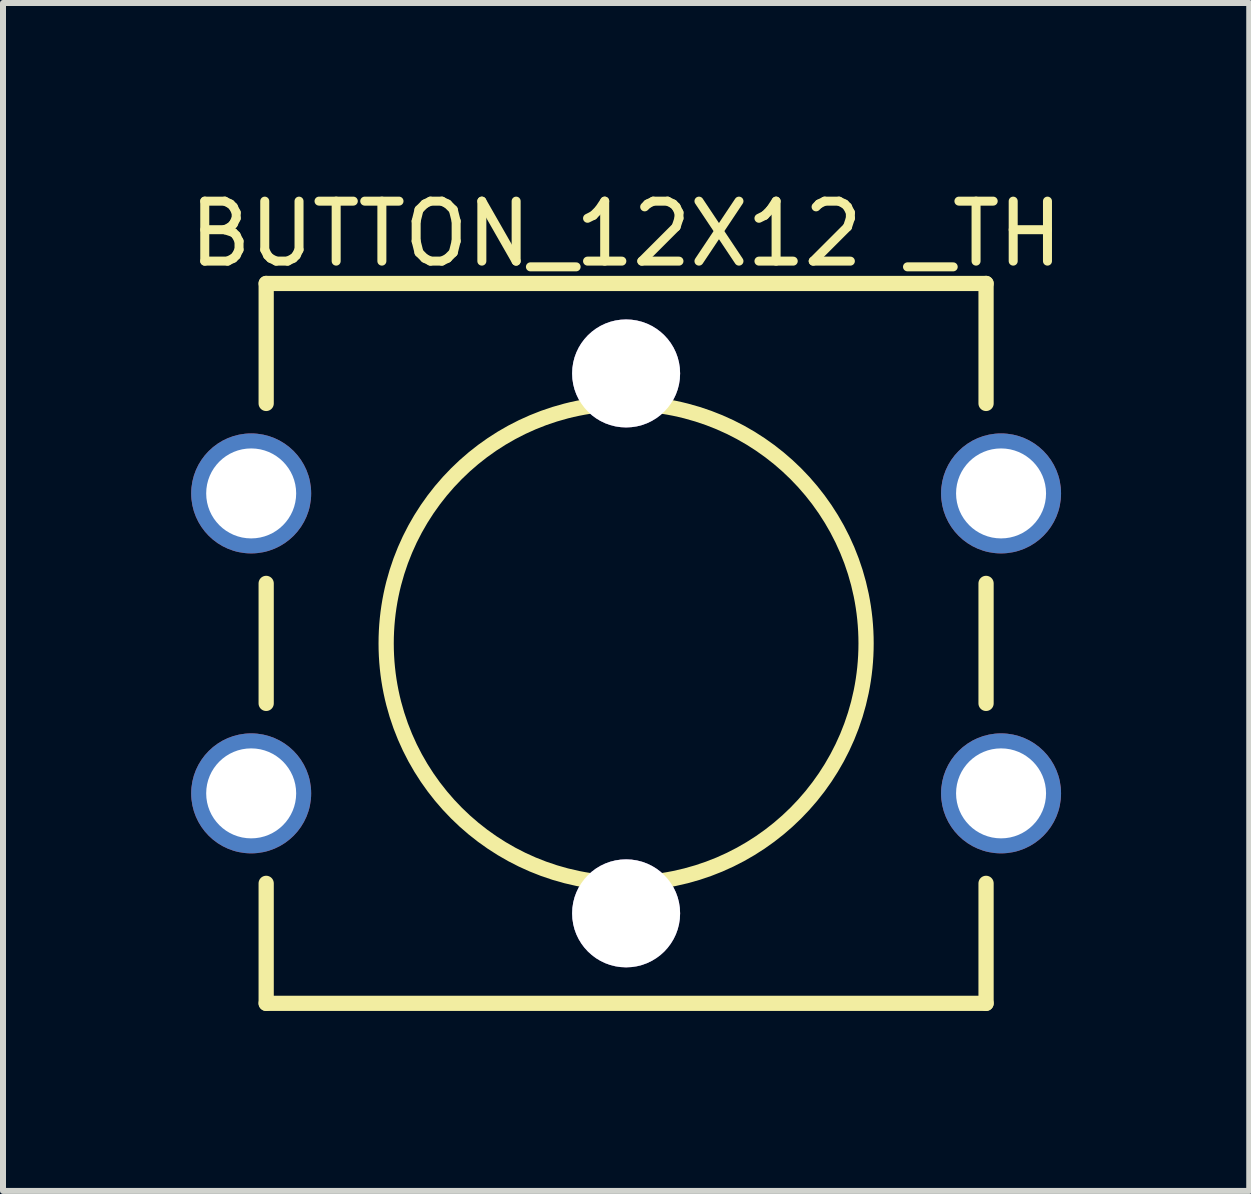
<source format=kicad_pcb>
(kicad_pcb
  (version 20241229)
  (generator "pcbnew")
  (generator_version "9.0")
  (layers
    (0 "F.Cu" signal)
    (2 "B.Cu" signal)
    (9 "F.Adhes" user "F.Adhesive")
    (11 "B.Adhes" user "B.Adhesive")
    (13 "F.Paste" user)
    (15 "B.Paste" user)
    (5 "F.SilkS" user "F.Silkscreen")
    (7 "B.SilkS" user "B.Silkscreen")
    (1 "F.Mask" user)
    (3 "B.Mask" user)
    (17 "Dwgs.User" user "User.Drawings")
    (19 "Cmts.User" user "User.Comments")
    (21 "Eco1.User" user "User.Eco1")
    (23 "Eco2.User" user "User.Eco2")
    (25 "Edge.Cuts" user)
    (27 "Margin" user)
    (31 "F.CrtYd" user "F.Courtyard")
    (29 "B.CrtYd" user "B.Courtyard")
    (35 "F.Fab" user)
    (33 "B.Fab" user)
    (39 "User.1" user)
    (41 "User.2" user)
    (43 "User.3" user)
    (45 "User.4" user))
  (footprint "BUTTON_12X12 _TH"
    (layer "F.Cu")
    (at 7.387 7.675)
    (property "Reference" "BUTTON_12X12 _TH" (at 0 -6.827 0) (layer "F.SilkS") (effects (font (size 1 1) (thickness 0.15))))
    (fp_line (start -6 -6) (end 6 -6) (stroke (width 0.254) (type solid)) (layer "F.SilkS"))
    (fp_line (start -6 -4) (end -6 -6) (stroke (width 0.254) (type solid)) (layer "F.SilkS"))
    (fp_line (start -6 1) (end -6 -1) (stroke (width 0.254) (type solid)) (layer "F.SilkS"))
    (fp_line (start -6 6) (end -6 4) (stroke (width 0.254) (type solid)) (layer "F.SilkS"))
    (fp_line (start -6 6) (end 6 6) (stroke (width 0.254) (type solid)) (layer "F.SilkS"))
    (fp_line (start 6 -4) (end 6 -6) (stroke (width 0.254) (type solid)) (layer "F.SilkS"))
    (fp_line (start 6 1) (end 6 -1) (stroke (width 0.254) (type solid)) (layer "F.SilkS"))
    (fp_line (start 6 6) (end 6 4) (stroke (width 0.254) (type solid)) (layer "F.SilkS"))
    (fp_circle (center 0 0) (end 0 -4) (stroke (width 0.254) (type solid)) (fill no) (layer "F.SilkS"))
    (pad "0" thru_hole circle (at 0 -4.5) (size 1.8 1.8) (drill 1.8) (layers "*.Cu" "*.Mask"))
    (pad "0" thru_hole circle (at 0 4.5) (size 1.8 1.8) (drill 1.8) (layers "*.Cu" "*.Mask"))
    (pad "1" thru_hole circle (at -6.25 -2.5) (size 2 2) (drill 1.5) (layers "*.Cu" "*.Mask"))
    (pad "1" thru_hole circle (at 6.25 -2.5) (size 2 2) (drill 1.5) (layers "*.Cu" "*.Mask"))
    (pad "2" thru_hole circle (at -6.25 2.5) (size 2 2) (drill 1.5) (layers "*.Cu" "*.Mask"))
    (pad "2" thru_hole circle (at 6.25 2.5) (size 2 2) (drill 1.5) (layers "*.Cu" "*.Mask")))
  (gr_rect
    (start -3 -3)
    (end 17.774 16.802)
    (stroke (width 0.1) (type default))
    (fill no)
    (layer "Edge.Cuts")))
</source>
